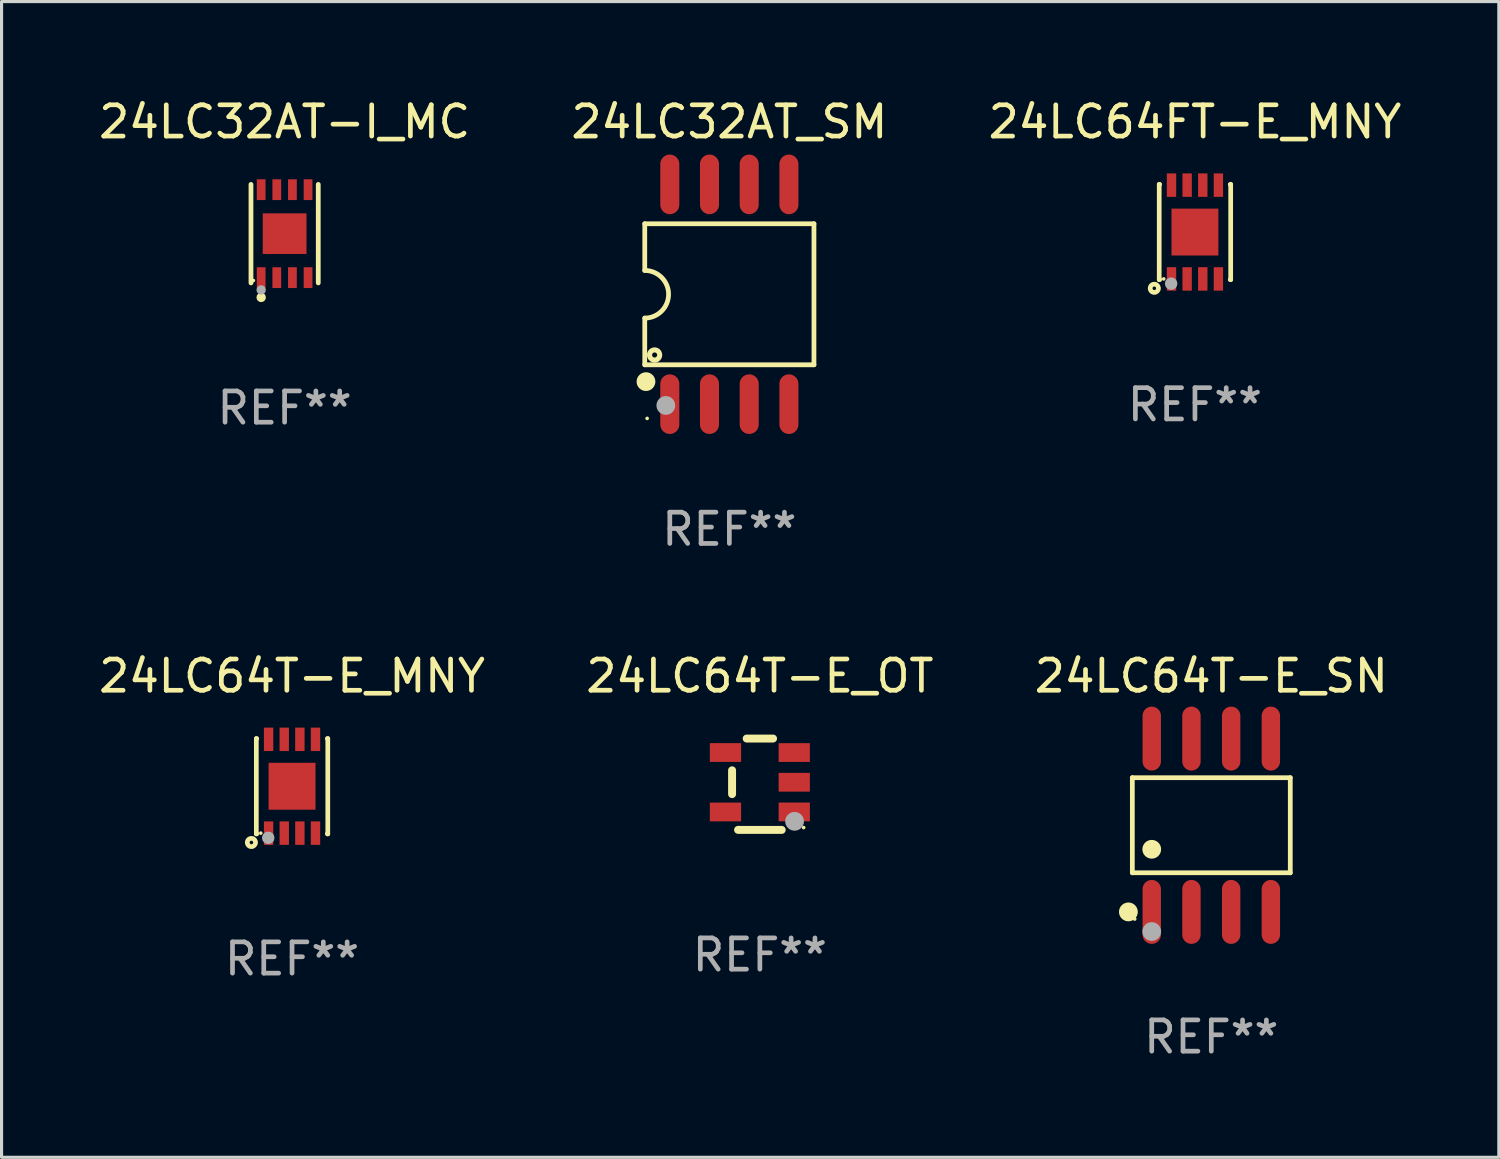
<source format=kicad_pcb>
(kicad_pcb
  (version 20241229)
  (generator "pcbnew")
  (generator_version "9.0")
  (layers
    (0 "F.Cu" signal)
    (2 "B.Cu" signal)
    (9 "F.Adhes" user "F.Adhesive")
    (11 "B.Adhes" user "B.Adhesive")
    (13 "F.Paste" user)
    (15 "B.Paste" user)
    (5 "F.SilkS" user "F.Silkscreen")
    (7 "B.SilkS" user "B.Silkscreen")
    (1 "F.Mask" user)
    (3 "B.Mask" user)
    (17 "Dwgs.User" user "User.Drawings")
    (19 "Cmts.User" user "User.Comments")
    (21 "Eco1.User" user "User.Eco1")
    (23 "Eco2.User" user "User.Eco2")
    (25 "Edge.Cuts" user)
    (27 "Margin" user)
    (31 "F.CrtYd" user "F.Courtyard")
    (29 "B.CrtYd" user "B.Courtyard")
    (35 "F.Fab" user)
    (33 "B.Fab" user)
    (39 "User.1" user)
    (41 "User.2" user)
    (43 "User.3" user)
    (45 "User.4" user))
  (footprint "24LC64T-E_MNY"
    (layer "F.Cu")
    (at 6.292 22.099)
    (property "Reference" "24LC64T-E_MNY" (at 0 -3.524 0) (layer "F.SilkS") (effects (font (size 1 1) (thickness 0.15))))
    (attr through_hole)
    (fp_line (start -1.143 -1.524) (end -1.143 1.524) (stroke (width 0.15) (type solid)) (layer "F.SilkS"))
    (fp_line (start -1.143 1.524) (end -1.129 1.524) (stroke (width 0.15) (type solid)) (layer "F.SilkS"))
    (fp_line (start -1.129 -1.524) (end -1.143 -1.524) (stroke (width 0.15) (type solid)) (layer "F.SilkS"))
    (fp_line (start 1.129 1.524) (end 1.143 1.524) (stroke (width 0.15) (type solid)) (layer "F.SilkS"))
    (fp_line (start 1.143 -1.524) (end 1.129 -1.524) (stroke (width 0.15) (type solid)) (layer "F.SilkS"))
    (fp_line (start 1.143 1.524) (end 1.143 -1.524) (stroke (width 0.15) (type solid)) (layer "F.SilkS"))
    (fp_circle (center -1.3 1.8) (end -1.243 1.8) (stroke (width 0.15) (type solid)) (fill no) (layer "F.SilkS"))
    (fp_circle (center -1 1.5) (end -0.97 1.5) (stroke (width 0.06) (type solid)) (fill no) (layer "F.SilkS"))
    (fp_circle (center -0.762 1.651) (end -0.662 1.651) (stroke (width 0.2) (type solid)) (fill no) (layer "F.Fab"))
    (fp_text user "REF**" (at 0 5.524 0) (layer "F.Fab") (effects (font (size 1 1) (thickness 0.15))))
    (pad "1" smd rect (at -0.75 1.5 90) (size 0.75 0.3) (layers "F.Cu" "F.Mask" "F.Paste"))
    (pad "2" smd rect (at -0.25 1.5 90) (size 0.75 0.3) (layers "F.Cu" "F.Mask" "F.Paste"))
    (pad "3" smd rect (at 0.25 1.5 90) (size 0.75 0.3) (layers "F.Cu" "F.Mask" "F.Paste"))
    (pad "4" smd rect (at 0.75 1.5 90) (size 0.75 0.3) (layers "F.Cu" "F.Mask" "F.Paste"))
    (pad "5" smd rect (at 0.75 -1.5 90) (size 0.75 0.3) (layers "F.Cu" "F.Mask" "F.Paste"))
    (pad "6" smd rect (at 0.25 -1.5 90) (size 0.75 0.3) (layers "F.Cu" "F.Mask" "F.Paste"))
    (pad "7" smd rect (at -0.25 -1.5 90) (size 0.75 0.3) (layers "F.Cu" "F.Mask" "F.Paste"))
    (pad "8" smd rect (at -0.75 -1.5 90) (size 0.75 0.3) (layers "F.Cu" "F.Mask" "F.Paste"))
    (pad "9" smd rect (at -0.000203 0.000457 90) (size 1.5 1.5) (layers "F.Cu" "F.Mask" "F.Paste")))
  (footprint "24LC64T-E_SN"
    (layer "F.Cu")
    (at 35.696 23.347)
    (property "Reference" "24LC64T-E_SN" (at 0 -4.772 0) (layer "F.SilkS") (effects (font (size 1 1) (thickness 0.15))))
    (attr through_hole)
    (fp_line (start -2.526 -1.521) (end 2.526 -1.521) (stroke (width 0.152) (type solid)) (layer "F.SilkS"))
    (fp_line (start -2.526 1.521) (end -2.526 -1.521) (stroke (width 0.152) (type solid)) (layer "F.SilkS"))
    (fp_line (start 2.526 -1.521) (end 2.526 1.521) (stroke (width 0.152) (type solid)) (layer "F.SilkS"))
    (fp_line (start 2.526 1.521) (end -2.526 1.521) (stroke (width 0.152) (type solid)) (layer "F.SilkS"))
    (fp_circle (center -2.652 2.772) (end -2.501 2.772) (stroke (width 0.3) (type solid)) (fill no) (layer "F.SilkS"))
    (fp_circle (center -2.45 3) (end -2.42 3) (stroke (width 0.06) (type solid)) (fill no) (layer "F.SilkS"))
    (fp_circle (center -1.905 0.769) (end -1.755 0.769) (stroke (width 0.3) (type solid)) (fill no) (layer "F.SilkS"))
    (fp_circle (center -1.905 3.4) (end -1.755 3.4) (stroke (width 0.3) (type solid)) (fill no) (layer "F.Fab"))
    (fp_text user "REF**" (at 0 6.772 0) (layer "F.Fab") (effects (font (size 1 1) (thickness 0.15))))
    (pad "1" smd oval (at -1.905 2.772) (size 0.588 2.045) (layers "F.Cu" "F.Mask" "F.Paste"))
    (pad "2" smd oval (at -0.635 2.772) (size 0.588 2.045) (layers "F.Cu" "F.Mask" "F.Paste"))
    (pad "3" smd oval (at 0.635 2.772) (size 0.588 2.045) (layers "F.Cu" "F.Mask" "F.Paste"))
    (pad "4" smd oval (at 1.905 2.772) (size 0.588 2.045) (layers "F.Cu" "F.Mask" "F.Paste"))
    (pad "5" smd oval (at 1.905 -2.772) (size 0.588 2.045) (layers "F.Cu" "F.Mask" "F.Paste"))
    (pad "6" smd oval (at 0.635 -2.772) (size 0.588 2.045) (layers "F.Cu" "F.Mask" "F.Paste"))
    (pad "7" smd oval (at -0.635 -2.772) (size 0.588 2.045) (layers "F.Cu" "F.Mask" "F.Paste"))
    (pad "8" smd oval (at -1.905 -2.772) (size 0.588 2.045) (layers "F.Cu" "F.Mask" "F.Paste")))
  (footprint "24LC32AT_SM"
    (layer "F.Cu")
    (at 20.28 6.363)
    (property "Reference" "24LC32AT_SM" (at 0 -5.515 0) (layer "F.SilkS") (effects (font (size 1 1) (thickness 0.15))))
    (attr through_hole)
    (fp_line (start -2.706 -2.256) (end 2.706 -2.256) (stroke (width 0.152) (type solid)) (layer "F.SilkS"))
    (fp_line (start -2.706 -0.762) (end -2.706 -2.256) (stroke (width 0.152) (type solid)) (layer "F.SilkS"))
    (fp_line (start -2.706 0.762) (end -2.706 2.256) (stroke (width 0.152) (type solid)) (layer "F.SilkS"))
    (fp_line (start 2.706 -2.256) (end 2.706 2.256) (stroke (width 0.152) (type solid)) (layer "F.SilkS"))
    (fp_line (start 2.706 2.256) (end -2.706 2.256) (stroke (width 0.152) (type solid)) (layer "F.SilkS"))
    (fp_arc (start -2.706198 -0.762002) (mid -1.944196 0) (end -2.706198 0.762002) (stroke (width 0.151994) (type solid)) (layer "F.SilkS"))
    (fp_circle (center -2.667 2.794) (end -2.517 2.794) (stroke (width 0.3) (type solid)) (fill no) (layer "F.SilkS"))
    (fp_circle (center -2.63 3.97) (end -2.6 3.97) (stroke (width 0.06) (type solid)) (fill no) (layer "F.SilkS"))
    (fp_circle (center -2.391 1.942) (end -2.31 1.942) (stroke (width 0.163) (type solid)) (fill no) (layer "F.SilkS"))
    (fp_circle (center -2.032 3.556) (end -1.882 3.556) (stroke (width 0.3) (type solid)) (fill no) (layer "F.Fab"))
    (fp_text user "REF**" (at 0 7.515 0) (layer "F.Fab") (effects (font (size 1 1) (thickness 0.15))))
    (pad "1" smd oval (at -1.905 3.515) (size 0.609 1.907) (layers "F.Cu" "F.Mask" "F.Paste"))
    (pad "2" smd oval (at -0.635 3.515) (size 0.609 1.907) (layers "F.Cu" "F.Mask" "F.Paste"))
    (pad "3" smd oval (at 0.635 3.515) (size 0.609 1.907) (layers "F.Cu" "F.Mask" "F.Paste"))
    (pad "4" smd oval (at 1.905 3.515) (size 0.609 1.907) (layers "F.Cu" "F.Mask" "F.Paste"))
    (pad "5" smd oval (at 1.905 -3.515) (size 0.609 1.907) (layers "F.Cu" "F.Mask" "F.Paste"))
    (pad "6" smd oval (at 0.635 -3.515) (size 0.609 1.907) (layers "F.Cu" "F.Mask" "F.Paste"))
    (pad "7" smd oval (at -0.635 -3.515) (size 0.609 1.907) (layers "F.Cu" "F.Mask" "F.Paste"))
    (pad "8" smd oval (at -1.905 -3.515) (size 0.609 1.907) (layers "F.Cu" "F.Mask" "F.Paste")))
  (footprint "24LC32AT-I_MC"
    (layer "F.Cu")
    (at 6.054 4.424)
    (property "Reference" "24LC32AT-I_MC" (at 0 -3.576 0) (layer "F.SilkS") (effects (font (size 1 1) (thickness 0.15))))
    (attr through_hole)
    (fp_line (start -1.076 1.576) (end -1.076 -1.576) (stroke (width 0.152) (type solid)) (layer "F.SilkS"))
    (fp_line (start 1.076 1.576) (end 1.076 -1.576) (stroke (width 0.152) (type solid)) (layer "F.SilkS"))
    (fp_circle (center -1 1.5) (end -0.97 1.5) (stroke (width 0.06) (type solid)) (fill no) (layer "F.SilkS"))
    (fp_circle (center -0.75 2.04) (end -0.675 2.04) (stroke (width 0.15) (type solid)) (fill no) (layer "F.SilkS"))
    (fp_circle (center -0.75 1.8) (end -0.675 1.8) (stroke (width 0.15) (type solid)) (fill no) (layer "F.Fab"))
    (fp_text user "REF**" (at 0 5.576 0) (layer "F.Fab") (effects (font (size 1 1) (thickness 0.15))))
    (pad "1" smd rect (at -0.75 1.407) (size 0.28 0.665) (layers "F.Cu" "F.Mask" "F.Paste"))
    (pad "2" smd rect (at -0.25 1.407) (size 0.28 0.665) (layers "F.Cu" "F.Mask" "F.Paste"))
    (pad "3" smd rect (at 0.25 1.407) (size 0.28 0.665) (layers "F.Cu" "F.Mask" "F.Paste"))
    (pad "4" smd rect (at 0.75 1.407) (size 0.28 0.665) (layers "F.Cu" "F.Mask" "F.Paste"))
    (pad "5" smd rect (at 0.75 -1.407) (size 0.28 0.665) (layers "F.Cu" "F.Mask" "F.Paste"))
    (pad "6" smd rect (at 0.25 -1.407) (size 0.28 0.665) (layers "F.Cu" "F.Mask" "F.Paste"))
    (pad "7" smd rect (at -0.25 -1.407) (size 0.28 0.665) (layers "F.Cu" "F.Mask" "F.Paste"))
    (pad "8" smd rect (at -0.75 -1.407) (size 0.28 0.665) (layers "F.Cu" "F.Mask" "F.Paste"))
    (pad "9" smd rect (at 0 0) (size 1.4 1.3) (layers "F.Cu" "F.Mask" "F.Paste")))
  (footprint "24LC64T-E_OT"
    (layer "F.Cu")
    (at 21.256 22.035)
    (property "Reference" "24LC64T-E_OT" (at 0 -3.461 0) (layer "F.SilkS") (effects (font (size 1 1) (thickness 0.15))))
    (attr through_hole)
    (fp_line (start -0.889 0.317) (end -0.889 -0.445) (stroke (width 0.254) (type solid)) (layer "F.SilkS"))
    (fp_line (start -0.698 1.46) (end 0.699 1.461) (stroke (width 0.254) (type solid)) (layer "F.SilkS"))
    (fp_line (start -0.422 -1.461) (end 0.422 -1.461) (stroke (width 0.254) (type solid)) (layer "F.SilkS"))
    (fp_circle (center 1.4 1.387) (end 1.43 1.387) (stroke (width 0.06) (type solid)) (fill no) (layer "F.SilkS"))
    (fp_circle (center 1.11 1.187) (end 1.26 1.187) (stroke (width 0.3) (type solid)) (fill no) (layer "F.Fab"))
    (fp_text user "REF**" (at 0 5.461 0) (layer "F.Fab") (effects (font (size 1 1) (thickness 0.15))))
    (pad "1" smd rect (at 1.1 0.886 90) (size 0.6 1) (layers "F.Cu" "F.Mask" "F.Paste"))
    (pad "2" smd rect (at 1.1 -0.063 90) (size 0.6 1) (layers "F.Cu" "F.Mask" "F.Paste"))
    (pad "3" smd rect (at 1.1 -1.013 90) (size 0.6 1) (layers "F.Cu" "F.Mask" "F.Paste"))
    (pad "4" smd rect (at -1.1 -1.014 90) (size 0.6 1) (layers "F.Cu" "F.Mask" "F.Paste"))
    (pad "5" smd rect (at -1.1 0.887 90) (size 0.6 1) (layers "F.Cu" "F.Mask" "F.Paste")))
  (footprint "24LC64FT-E_MNY"
    (layer "F.Cu")
    (at 35.173 4.372)
    (property "Reference" "24LC64FT-E_MNY" (at 0 -3.524 0) (layer "F.SilkS") (effects (font (size 1 1) (thickness 0.15))))
    (attr through_hole)
    (fp_line (start -1.143 -1.524) (end -1.143 1.524) (stroke (width 0.15) (type solid)) (layer "F.SilkS"))
    (fp_line (start -1.143 1.524) (end -1.129 1.524) (stroke (width 0.15) (type solid)) (layer "F.SilkS"))
    (fp_line (start -1.129 -1.524) (end -1.143 -1.524) (stroke (width 0.15) (type solid)) (layer "F.SilkS"))
    (fp_line (start 1.129 1.524) (end 1.143 1.524) (stroke (width 0.15) (type solid)) (layer "F.SilkS"))
    (fp_line (start 1.143 -1.524) (end 1.129 -1.524) (stroke (width 0.15) (type solid)) (layer "F.SilkS"))
    (fp_line (start 1.143 1.524) (end 1.143 -1.524) (stroke (width 0.15) (type solid)) (layer "F.SilkS"))
    (fp_circle (center -1.3 1.8) (end -1.243 1.8) (stroke (width 0.15) (type solid)) (fill no) (layer "F.SilkS"))
    (fp_circle (center -1 1.5) (end -0.97 1.5) (stroke (width 0.06) (type solid)) (fill no) (layer "F.SilkS"))
    (fp_circle (center -0.762 1.651) (end -0.662 1.651) (stroke (width 0.2) (type solid)) (fill no) (layer "F.Fab"))
    (fp_text user "REF**" (at 0 5.524 0) (layer "F.Fab") (effects (font (size 1 1) (thickness 0.15))))
    (pad "1" smd rect (at -0.75 1.5 90) (size 0.75 0.3) (layers "F.Cu" "F.Mask" "F.Paste"))
    (pad "2" smd rect (at -0.25 1.5 90) (size 0.75 0.3) (layers "F.Cu" "F.Mask" "F.Paste"))
    (pad "3" smd rect (at 0.25 1.5 90) (size 0.75 0.3) (layers "F.Cu" "F.Mask" "F.Paste"))
    (pad "4" smd rect (at 0.75 1.5 90) (size 0.75 0.3) (layers "F.Cu" "F.Mask" "F.Paste"))
    (pad "5" smd rect (at 0.75 -1.5 90) (size 0.75 0.3) (layers "F.Cu" "F.Mask" "F.Paste"))
    (pad "6" smd rect (at 0.25 -1.5 90) (size 0.75 0.3) (layers "F.Cu" "F.Mask" "F.Paste"))
    (pad "7" smd rect (at -0.25 -1.5 90) (size 0.75 0.3) (layers "F.Cu" "F.Mask" "F.Paste"))
    (pad "8" smd rect (at -0.75 -1.5 90) (size 0.75 0.3) (layers "F.Cu" "F.Mask" "F.Paste"))
    (pad "9" smd rect (at -0.000203 0.000457 90) (size 1.5 1.5) (layers "F.Cu" "F.Mask" "F.Paste")))
  (gr_rect
    (start -3 -3)
    (end 44.893 33.968)
    (stroke (width 0.1) (type default))
    (fill no)
    (layer "Edge.Cuts")))
</source>
